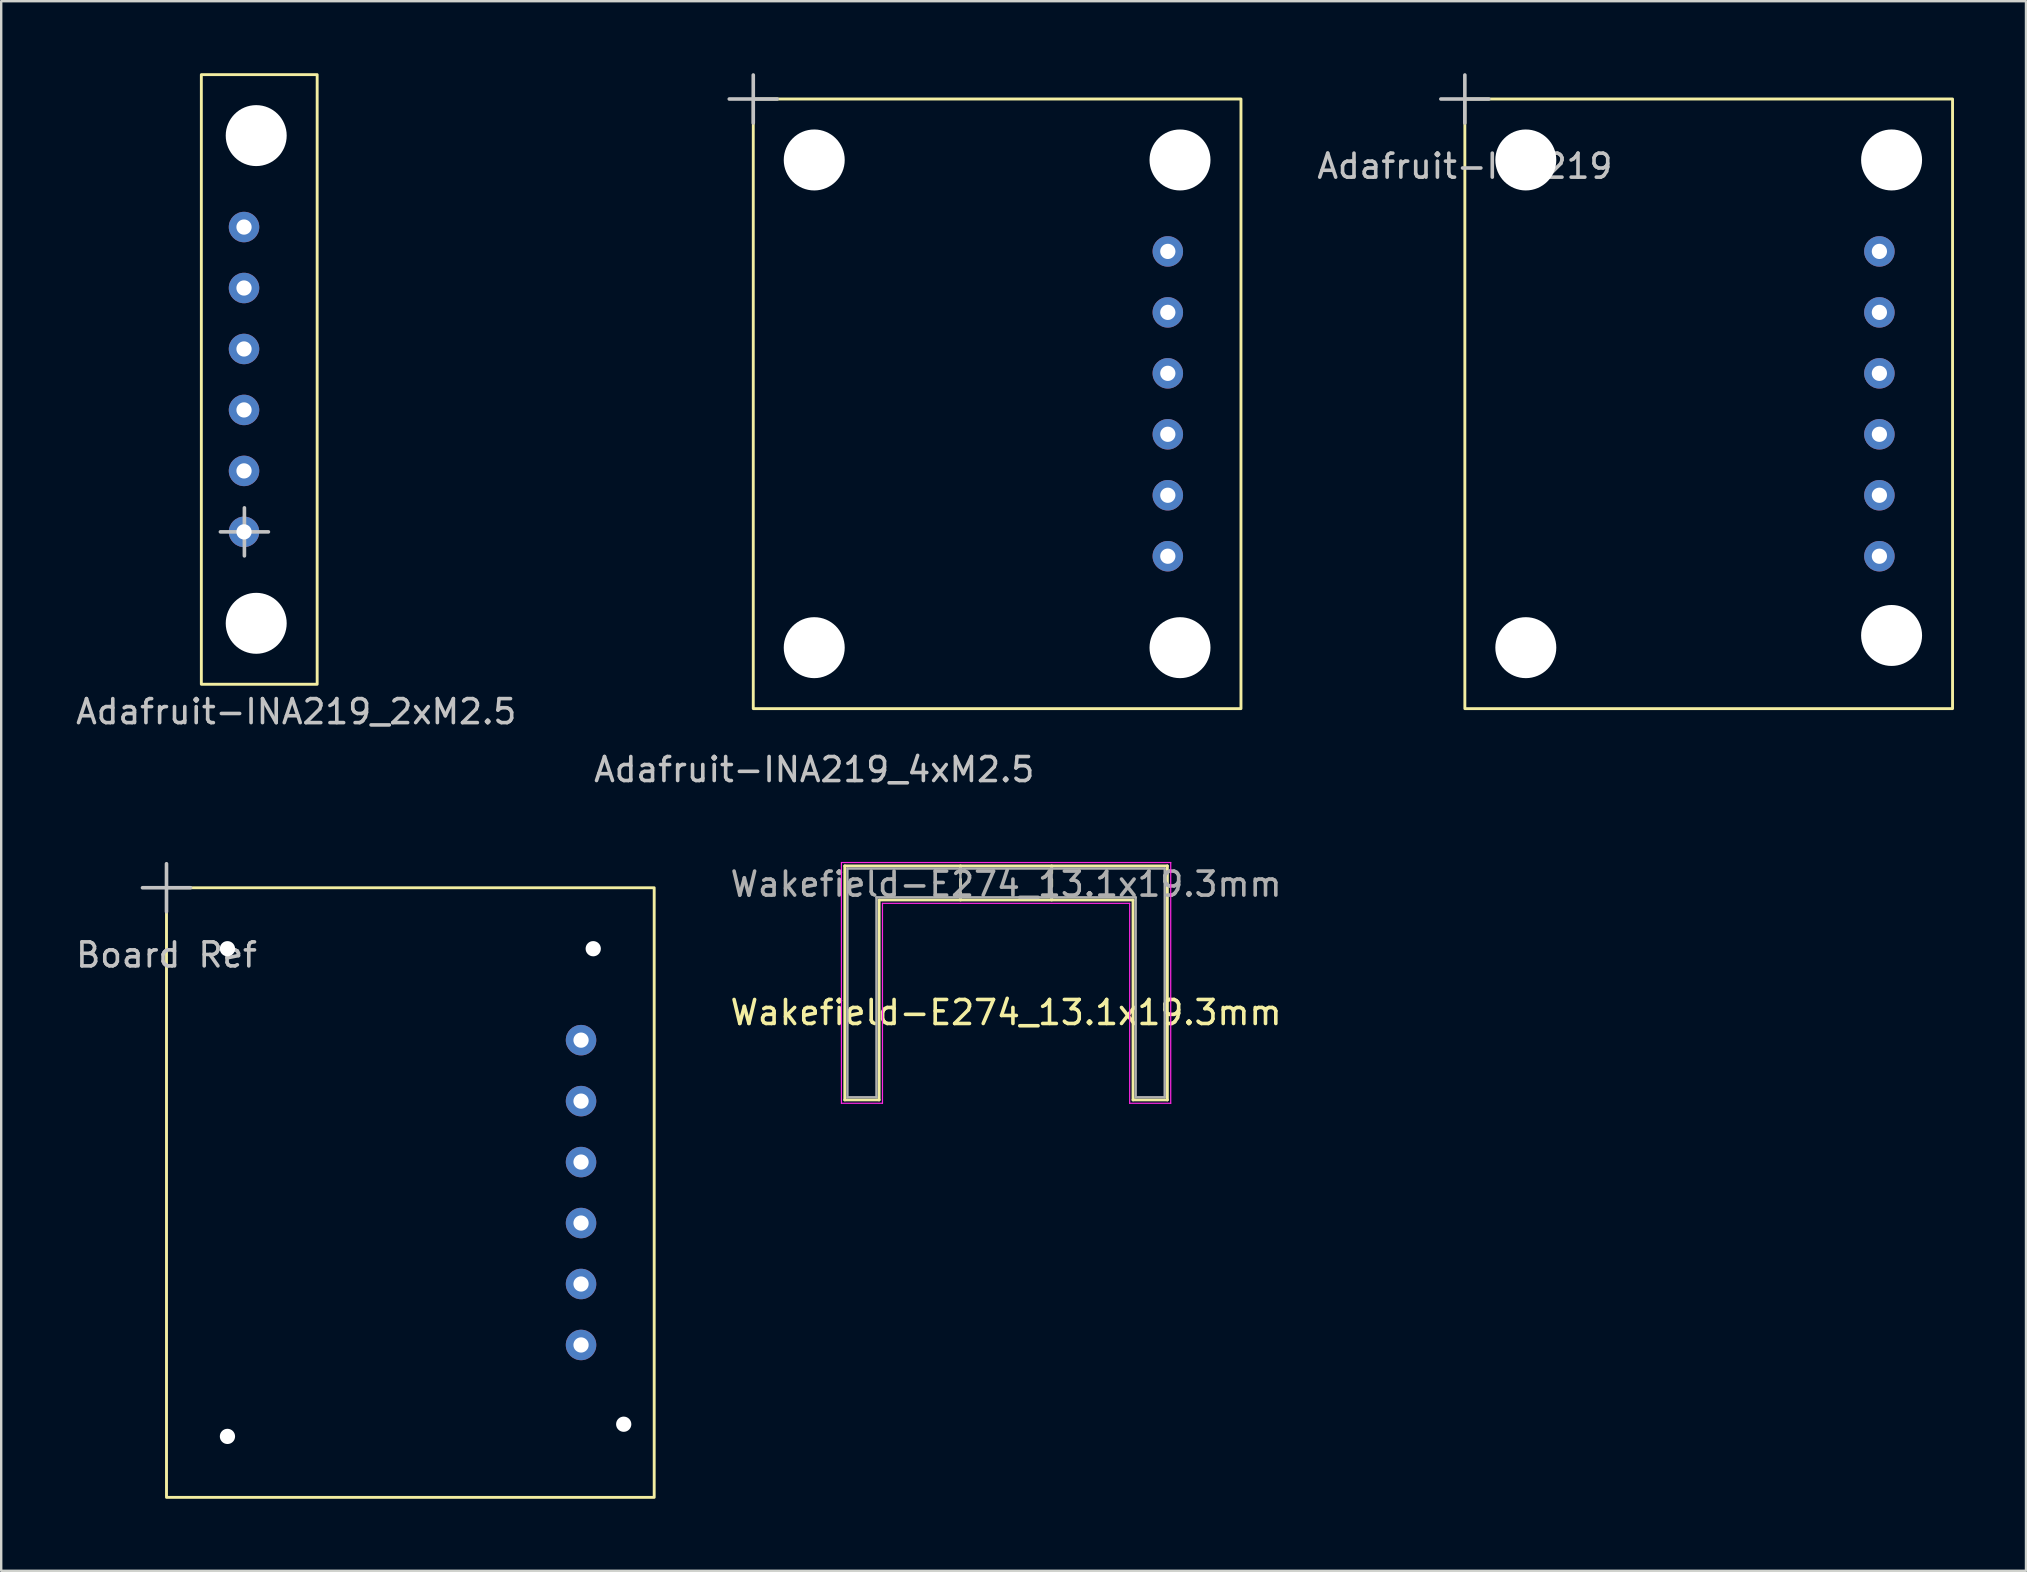
<source format=kicad_pcb>
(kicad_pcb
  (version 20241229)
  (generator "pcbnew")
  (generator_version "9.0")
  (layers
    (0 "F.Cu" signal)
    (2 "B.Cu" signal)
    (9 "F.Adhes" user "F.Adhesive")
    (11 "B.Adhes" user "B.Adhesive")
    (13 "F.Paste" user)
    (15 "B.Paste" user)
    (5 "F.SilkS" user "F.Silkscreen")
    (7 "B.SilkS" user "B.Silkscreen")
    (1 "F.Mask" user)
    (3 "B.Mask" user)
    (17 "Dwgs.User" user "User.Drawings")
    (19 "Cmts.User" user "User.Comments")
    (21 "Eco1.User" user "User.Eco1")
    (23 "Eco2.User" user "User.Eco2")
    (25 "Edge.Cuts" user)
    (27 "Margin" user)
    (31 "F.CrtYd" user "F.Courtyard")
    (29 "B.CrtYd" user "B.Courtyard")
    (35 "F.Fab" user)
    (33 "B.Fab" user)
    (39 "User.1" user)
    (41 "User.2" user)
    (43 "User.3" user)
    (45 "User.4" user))
  (footprint "Adafruit-INA219_2xM2.5"
    (layer "F.Cu")
    (at 7.133 19.11)
    (property "Reference" "Adafruit-INA219_2xM2.5" (at 2.159 7.493 0) (layer "Dwgs.User") (effects (font (size 1 1) (thickness 0.15))))
    (attr through_hole)
    (fp_rect (start -1.794 -19.05) (end 3.032 6.35) (stroke (width 0.12) (type default)) (fill no) (layer "F.SilkS"))
    (fp_line (start 0 -1) (end 0 1) (stroke (width 0.15) (type solid)) (layer "Dwgs.User"))
    (fp_line (start 1 0) (end -1 0) (stroke (width 0.15) (type solid)) (layer "Dwgs.User"))
    (pad "" np_thru_hole circle (at 0.492 -16.51) (size 2.54 2.54) (drill 2.54) (layers "*.Cu" "*.Mask"))
    (pad "" np_thru_hole circle (at 0.492 3.81) (size 2.54 2.54) (drill 2.54) (layers "*.Cu" "*.Mask"))
    (pad "1" thru_hole circle (at -0.016 0) (size 1.27 1.27) (drill 0.635) (layers "*.Cu" "*.Mask"))
    (pad "2" thru_hole circle (at -0.016 -2.54) (size 1.27 1.27) (drill 0.635) (layers "*.Cu" "*.Mask"))
    (pad "3" thru_hole circle (at -0.016 -5.08) (size 1.27 1.27) (drill 0.635) (layers "*.Cu" "*.Mask"))
    (pad "4" thru_hole circle (at -0.016 -7.62) (size 1.27 1.27) (drill 0.635) (layers "*.Cu" "*.Mask"))
    (pad "5" thru_hole circle (at -0.016 -10.16) (size 1.27 1.27) (drill 0.635) (layers "*.Cu" "*.Mask"))
    (pad "6" thru_hole circle (at -0.016 -12.7) (size 1.27 1.27) (drill 0.635) (layers "*.Cu" "*.Mask")))
  (footprint "Adafruit-INA219_4xM2.5"
    (layer "F.Cu")
    (at 28.335 1.075)
    (property "Reference" "Adafruit-INA219_4xM2.5" (at 2.54 27.94 0) (layer "Dwgs.User") (effects (font (size 1 1) (thickness 0.15))))
    (attr through_hole)
    (fp_rect (start 0 0) (end 20.32 25.4) (stroke (width 0.12) (type default)) (fill no) (layer "F.SilkS"))
    (fp_line (start 0 -1) (end 0 1) (stroke (width 0.15) (type solid)) (layer "Dwgs.User"))
    (fp_line (start 1 0) (end -1 0) (stroke (width 0.15) (type solid)) (layer "Dwgs.User"))
    (pad "" np_thru_hole circle (at 2.54 2.54) (size 2.54 2.54) (drill 2.54) (layers "*.Cu" "*.Mask"))
    (pad "" np_thru_hole circle (at 2.54 22.86) (size 2.54 2.54) (drill 2.54) (layers "*.Cu" "*.Mask"))
    (pad "" np_thru_hole circle (at 17.78 2.54) (size 2.54 2.54) (drill 2.54) (layers "*.Cu" "*.Mask"))
    (pad "" np_thru_hole circle (at 17.78 22.86) (size 2.54 2.54) (drill 2.54) (layers "*.Cu" "*.Mask"))
    (pad "1" thru_hole circle (at 17.272 19.05) (size 1.27 1.27) (drill 0.635) (layers "*.Cu" "*.Mask"))
    (pad "2" thru_hole circle (at 17.272 16.51) (size 1.27 1.27) (drill 0.635) (layers "*.Cu" "*.Mask"))
    (pad "3" thru_hole circle (at 17.272 13.97) (size 1.27 1.27) (drill 0.635) (layers "*.Cu" "*.Mask"))
    (pad "4" thru_hole circle (at 17.272 11.43) (size 1.27 1.27) (drill 0.635) (layers "*.Cu" "*.Mask"))
    (pad "5" thru_hole circle (at 17.272 8.89) (size 1.27 1.27) (drill 0.635) (layers "*.Cu" "*.Mask"))
    (pad "6" thru_hole circle (at 17.272 6.35) (size 1.27 1.27) (drill 0.635) (layers "*.Cu" "*.Mask")))
  (footprint "Board Ref"
    (layer "F.Cu")
    (at 3.887 33.938)
    (property "Reference" "Board Ref" (at 0 2.8 0) (layer "Dwgs.User") (effects (font (size 1 1) (thickness 0.15))))
    (attr through_hole)
    (fp_rect (start 0 0) (end 20.32 25.4) (stroke (width 0.12) (type default)) (fill no) (layer "F.SilkS"))
    (fp_line (start 0 -1) (end 0 1) (stroke (width 0.15) (type solid)) (layer "Dwgs.User"))
    (fp_line (start 1 0) (end -1 0) (stroke (width 0.15) (type solid)) (layer "Dwgs.User"))
    (pad "" np_thru_hole circle (at 2.54 2.54) (size 0.635 0.635) (drill 0.635) (layers "*.Cu" "*.Mask"))
    (pad "" np_thru_hole circle (at 2.54 22.86) (size 0.635 0.635) (drill 0.635) (layers "*.Cu" "*.Mask"))
    (pad "" np_thru_hole circle (at 17.78 2.54) (size 0.635 0.635) (drill 0.635) (layers "*.Cu" "*.Mask"))
    (pad "" np_thru_hole circle (at 19.05 22.352) (size 0.635 0.635) (drill 0.635) (layers "*.Cu" "*.Mask"))
    (pad "1" thru_hole circle (at 17.272 19.05) (size 1.27 1.27) (drill 0.635) (layers "*.Cu" "*.Mask"))
    (pad "2" thru_hole circle (at 17.272 16.51) (size 1.27 1.27) (drill 0.635) (layers "*.Cu" "*.Mask"))
    (pad "3" thru_hole circle (at 17.272 13.97) (size 1.27 1.27) (drill 0.635) (layers "*.Cu" "*.Mask"))
    (pad "4" thru_hole circle (at 17.272 11.43) (size 1.27 1.27) (drill 0.635) (layers "*.Cu" "*.Mask"))
    (pad "5" thru_hole circle (at 17.272 8.89) (size 1.27 1.27) (drill 0.635) (layers "*.Cu" "*.Mask"))
    (pad "6" thru_hole circle (at 17.272 6.35) (size 1.27 1.27) (drill 0.635) (layers "*.Cu" "*.Mask")))
  (footprint "Wakefield-E274_13.1x19.3mm"
    (layer "F.Cu")
    (at 38.868 33.138)
    (property "Reference" "Wakefield-E274_13.1x19.3mm" (at 0 6 0) (layer "F.SilkS") (effects (font (size 1 1) (thickness 0.15))))
    (attr exclude_from_pos_files allow_missing_courtyard)
    (fp_line (start -6.72 -0.11) (end -6.72 9.64) (stroke (width 0.12) (type solid)) (layer "F.SilkS"))
    (fp_line (start -6.72 -0.11) (end 6.72 -0.11) (stroke (width 0.12) (type solid)) (layer "F.SilkS"))
    (fp_line (start -6.72 9.64) (end -5.29 9.64) (stroke (width 0.12) (type solid)) (layer "F.SilkS"))
    (fp_line (start -5.29 1.31) (end 5.29 1.31) (stroke (width 0.12) (type solid)) (layer "F.SilkS"))
    (fp_line (start -5.29 9.64) (end -5.29 1.31) (stroke (width 0.12) (type solid)) (layer "F.SilkS"))
    (fp_line (start -1.9 -0.11) (end -1.9 0.19) (stroke (width 0.12) (type solid)) (layer "F.SilkS"))
    (fp_line (start -1.9 0.45) (end -1.9 0.75) (stroke (width 0.12) (type solid)) (layer "F.SilkS"))
    (fp_line (start -1.9 1.01) (end -1.9 1.31) (stroke (width 0.12) (type solid)) (layer "F.SilkS"))
    (fp_line (start 1.9 -0.11) (end 1.9 0.19) (stroke (width 0.12) (type solid)) (layer "F.SilkS"))
    (fp_line (start 1.9 0.45) (end 1.9 0.75) (stroke (width 0.12) (type solid)) (layer "F.SilkS"))
    (fp_line (start 1.9 1.01) (end 1.9 1.31) (stroke (width 0.12) (type solid)) (layer "F.SilkS"))
    (fp_line (start 5.29 1.31) (end 5.29 9.64) (stroke (width 0.12) (type solid)) (layer "F.SilkS"))
    (fp_line (start 5.29 9.64) (end 6.72 9.64) (stroke (width 0.12) (type solid)) (layer "F.SilkS"))
    (fp_line (start 6.72 -0.11) (end 6.72 9.64) (stroke (width 0.12) (type solid)) (layer "F.SilkS"))
    (fp_line (start -6.86 -0.25) (end -6.86 9.78) (stroke (width 0.05) (type solid)) (layer "F.CrtYd"))
    (fp_line (start -6.86 -0.25) (end 6.86 -0.25) (stroke (width 0.05) (type solid)) (layer "F.CrtYd"))
    (fp_line (start -6.86 9.78) (end -5.15 9.78) (stroke (width 0.05) (type solid)) (layer "F.CrtYd"))
    (fp_line (start -5.15 1.45) (end -5.15 9.78) (stroke (width 0.05) (type solid)) (layer "F.CrtYd"))
    (fp_line (start -5.15 1.45) (end 5.15 1.45) (stroke (width 0.05) (type solid)) (layer "F.CrtYd"))
    (fp_line (start 5.15 1.45) (end 5.15 9.78) (stroke (width 0.05) (type solid)) (layer "F.CrtYd"))
    (fp_line (start 5.15 9.78) (end 6.86 9.78) (stroke (width 0.05) (type solid)) (layer "F.CrtYd"))
    (fp_line (start 6.86 -0.25) (end 6.86 9.78) (stroke (width 0.05) (type solid)) (layer "F.CrtYd"))
    (fp_line (start -6.61 0) (end -6.61 9.53) (stroke (width 0.1) (type solid)) (layer "F.Fab"))
    (fp_line (start -6.61 0) (end 6.61 0) (stroke (width 0.1) (type solid)) (layer "F.Fab"))
    (fp_line (start -6.61 9.53) (end -5.4 9.53) (stroke (width 0.1) (type solid)) (layer "F.Fab"))
    (fp_line (start -5.4 1.2) (end -5.4 9.53) (stroke (width 0.1) (type solid)) (layer "F.Fab"))
    (fp_line (start -5.4 1.2) (end 5.4 1.2) (stroke (width 0.1) (type solid)) (layer "F.Fab"))
    (fp_line (start -1.9 1.2) (end -1.9 0) (stroke (width 0.1) (type solid)) (layer "F.Fab"))
    (fp_line (start 1.9 1.2) (end 1.9 0) (stroke (width 0.1) (type solid)) (layer "F.Fab"))
    (fp_line (start 5.4 1.2) (end 5.4 9.53) (stroke (width 0.1) (type solid)) (layer "F.Fab"))
    (fp_line (start 5.4 9.53) (end 6.61 9.53) (stroke (width 0.1) (type solid)) (layer "F.Fab"))
    (fp_line (start 6.61 0) (end 6.61 9.53) (stroke (width 0.1) (type solid)) (layer "F.Fab"))
    (fp_text user "${REFERENCE}" (at 0 0.65 0) (layer "F.Fab") (effects (font (size 1 1) (thickness 0.15)))))
  (footprint "Adafruit-INA219"
    (layer "F.Cu")
    (at 57.983 1.075)
    (property "Reference" "Adafruit-INA219" (at 0 2.8 0) (layer "Dwgs.User") (effects (font (size 1 1) (thickness 0.15))))
    (attr through_hole)
    (fp_rect (start 0 0) (end 20.32 25.4) (stroke (width 0.12) (type default)) (fill no) (layer "F.SilkS"))
    (fp_line (start 0 -1) (end 0 1) (stroke (width 0.15) (type solid)) (layer "Dwgs.User"))
    (fp_line (start 1 0) (end -1 0) (stroke (width 0.15) (type solid)) (layer "Dwgs.User"))
    (pad "" np_thru_hole circle (at 2.54 2.54) (size 2.54 2.54) (drill 2.54) (layers "*.Cu" "*.Mask"))
    (pad "" np_thru_hole circle (at 2.54 22.86) (size 2.54 2.54) (drill 2.54) (layers "*.Cu" "*.Mask"))
    (pad "" np_thru_hole circle (at 17.78 2.54) (size 2.54 2.54) (drill 2.54) (layers "*.Cu" "*.Mask"))
    (pad "" np_thru_hole circle (at 17.78 22.352) (size 2.54 2.54) (drill 2.54) (layers "*.Cu" "*.Mask"))
    (pad "1" thru_hole circle (at 17.272 19.05) (size 1.27 1.27) (drill 0.635) (layers "*.Cu" "*.Mask"))
    (pad "2" thru_hole circle (at 17.272 16.51) (size 1.27 1.27) (drill 0.635) (layers "*.Cu" "*.Mask"))
    (pad "3" thru_hole circle (at 17.272 13.97) (size 1.27 1.27) (drill 0.635) (layers "*.Cu" "*.Mask"))
    (pad "4" thru_hole circle (at 17.272 11.43) (size 1.27 1.27) (drill 0.635) (layers "*.Cu" "*.Mask"))
    (pad "5" thru_hole circle (at 17.272 8.89) (size 1.27 1.27) (drill 0.635) (layers "*.Cu" "*.Mask"))
    (pad "6" thru_hole circle (at 17.272 6.35) (size 1.27 1.27) (drill 0.635) (layers "*.Cu" "*.Mask")))
  (gr_rect
    (start -3 -3)
    (end 81.363 62.398)
    (stroke (width 0.1) (type default))
    (fill no)
    (layer "Edge.Cuts")))
</source>
